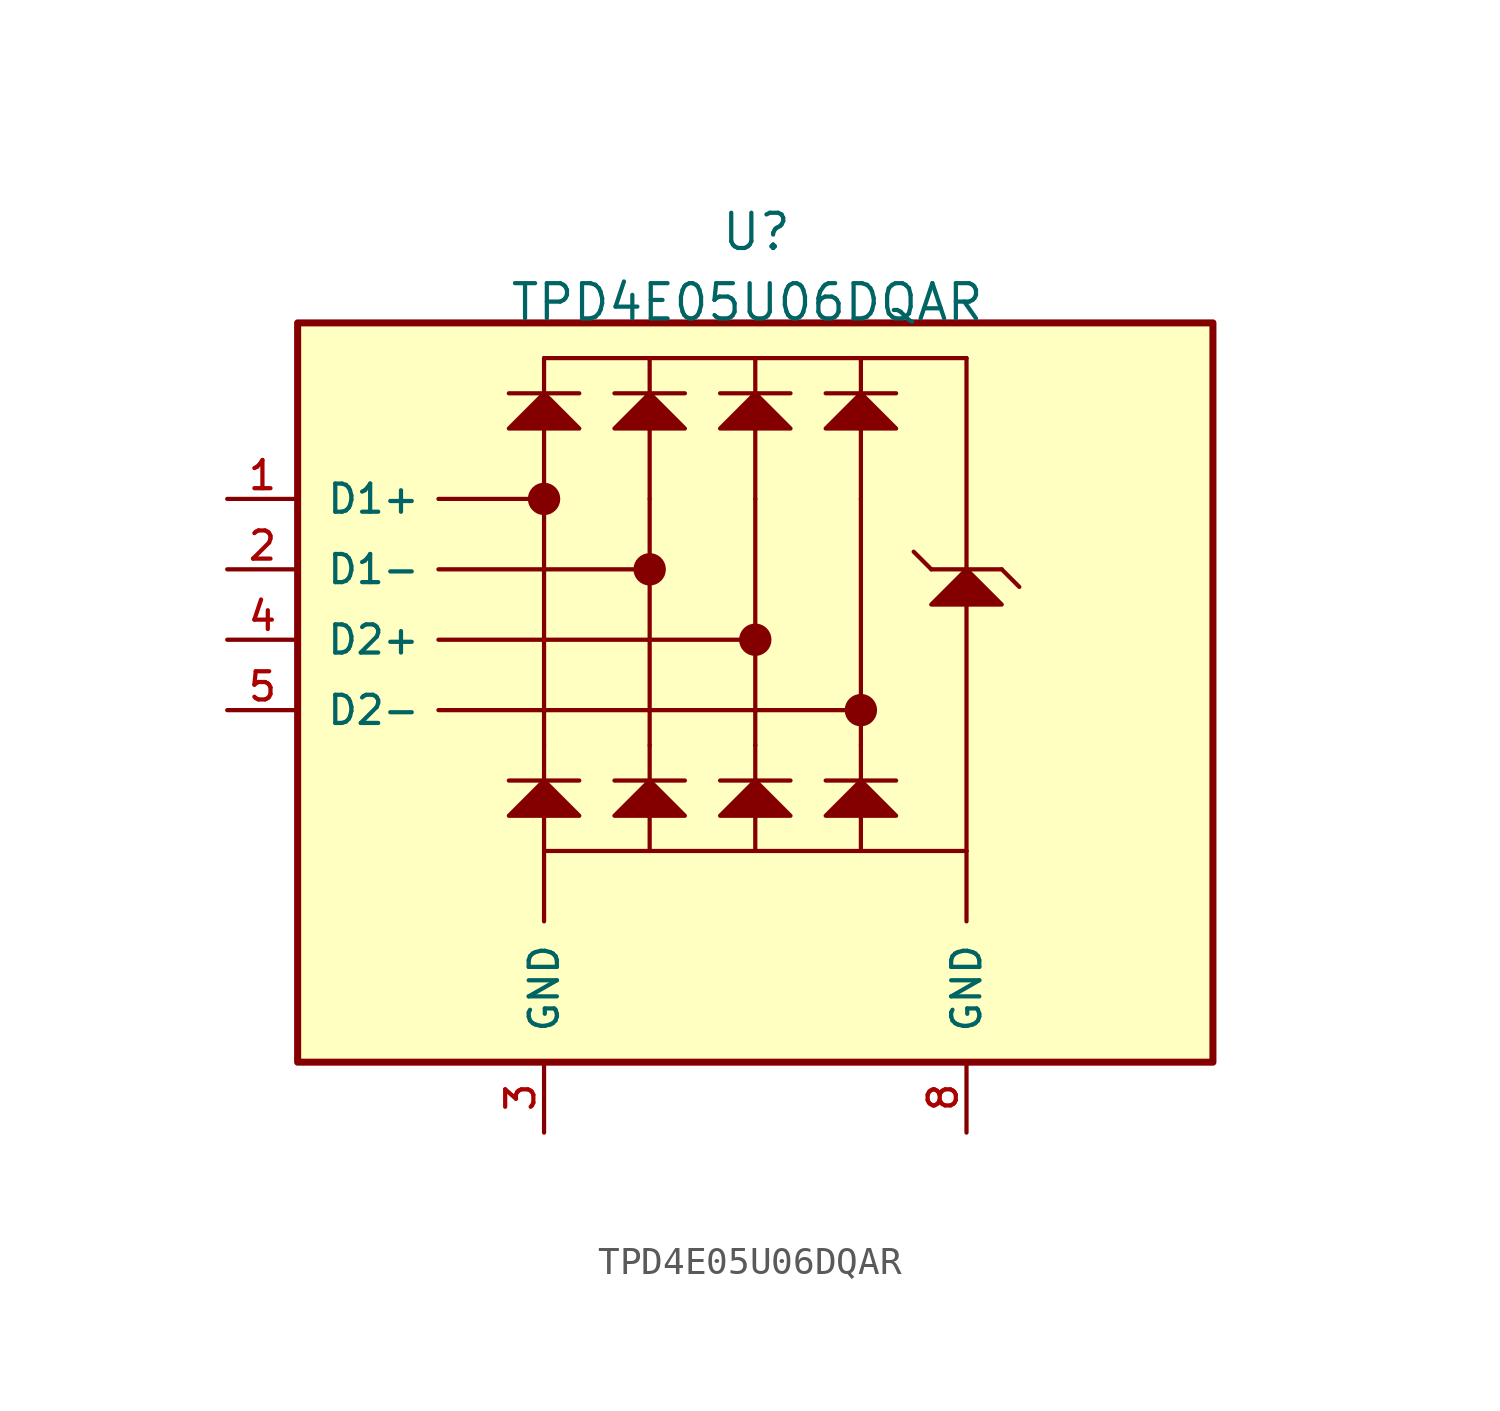
<source format=kicad_sym>
(kicad_symbol_lib
  (version 20211014)
  (generator kicad_symbol_editor)
  (symbol "TPD4E05U06DQAR"
    (pin_names
      (offset 1.016))
    (property "Reference" "U"
      (at -1.27 12.7 0)
      (effects (font (size 1.27 1.27)) (justify left bottom)))
    (property "Value" "TPD4E05U06DQAR"
      (at -8.89 10.16 0)
      (effects (font (size 1.27 1.27)) (justify left bottom)))
    (property "ki_locked" ""
      (at 0 0 0)
      (effects (font (size 1.27 1.27))))
    (symbol "TPD4E05U06DQAR_0_0"
      (rectangle (start -16.51 10.16) (end 16.51 -16.51) (stroke (width 0.254) (type default) (color 0 0 0 0)) (fill (type background)))
      (pin bidirectional line (at -19.05 3.81 0) (length 2.54) (name "D1+" (effects (font (size 1.016 1.016)))) (number "1" (effects (font (size 1.016 1.016)))))
      (pin no_connect line (at 19.05 1.27 180) (length 2.54) hide (name "NC" (effects (font (size 1.016 1.016)))) (number "10" (effects (font (size 1.016 1.016)))))
      (pin bidirectional line (at -19.05 1.27 0) (length 2.54) (name "D1-" (effects (font (size 1.016 1.016)))) (number "2" (effects (font (size 1.016 1.016)))))
      (pin power_in line (at -7.62 -19.05 90) (length 2.54) (name "GND" (effects (font (size 1.016 1.016)))) (number "3" (effects (font (size 1.016 1.016)))))
      (pin bidirectional line (at -19.05 -1.27 0) (length 2.54) (name "D2+" (effects (font (size 1.016 1.016)))) (number "4" (effects (font (size 1.016 1.016)))))
      (pin bidirectional line (at -19.05 -3.81 0) (length 2.54) (name "D2-" (effects (font (size 1.016 1.016)))) (number "5" (effects (font (size 1.016 1.016)))))
      (pin no_connect line (at 19.05 8.89 180) (length 2.54) hide (name "NC" (effects (font (size 1.016 1.016)))) (number "6" (effects (font (size 1.016 1.016)))))
      (pin no_connect line (at 19.05 6.35 180) (length 2.54) hide (name "NC" (effects (font (size 1.016 1.016)))) (number "7" (effects (font (size 1.016 1.016)))))
      (pin power_in line (at 7.62 -19.05 90) (length 2.54) (name "GND" (effects (font (size 1.016 1.016)))) (number "8" (effects (font (size 1.016 1.016)))))
      (pin no_connect line (at 19.05 3.81 180) (length 2.54) hide (name "NC" (effects (font (size 1.016 1.016)))) (number "9" (effects (font (size 1.016 1.016))))))
    (symbol "TPD4E05U06DQAR_0_1"
      (circle (center -7.62 3.81) (radius 0.508) (stroke (width 0) (type default) (color 0 0 0 0)) (fill (type outline)))
      (circle (center -3.81 1.27) (radius 0.508) (stroke (width 0) (type default) (color 0 0 0 0)) (fill (type outline)))
      (circle (center 0 -1.27) (radius 0.508) (stroke (width 0) (type default) (color 0 0 0 0)) (fill (type outline)))
      (polyline (pts (xy -8.89 -6.35) (xy -6.35 -6.35)) (stroke (width 0) (type default) (color 0 0 0 0)) (fill (type none)))
      (polyline (pts (xy -8.89 7.62) (xy -6.35 7.62)) (stroke (width 0) (type default) (color 0 0 0 0)) (fill (type none)))
      (polyline (pts (xy -7.62 -8.89) (xy -7.62 -11.43)) (stroke (width 0) (type default) (color 0 0 0 0)) (fill (type none)))
      (polyline (pts (xy -7.62 -8.89) (xy -7.62 -5.08)) (stroke (width 0) (type default) (color 0 0 0 0)) (fill (type none)))
      (polyline (pts (xy -7.62 -8.89) (xy 7.62 -8.89)) (stroke (width 0) (type default) (color 0 0 0 0)) (fill (type none)))
      (polyline (pts (xy -7.62 3.81) (xy -11.43 3.81)) (stroke (width 0) (type default) (color 0 0 0 0)) (fill (type none)))
      (polyline (pts (xy -7.62 3.81) (xy -7.62 -5.08)) (stroke (width 0) (type default) (color 0 0 0 0)) (fill (type none)))
      (polyline (pts (xy -7.62 3.81) (xy -7.62 8.89)) (stroke (width 0) (type default) (color 0 0 0 0)) (fill (type none)))
      (polyline (pts (xy -7.62 8.89) (xy 7.62 8.89)) (stroke (width 0) (type default) (color 0 0 0 0)) (fill (type none)))
      (polyline (pts (xy -5.08 -6.35) (xy -2.54 -6.35)) (stroke (width 0) (type default) (color 0 0 0 0)) (fill (type none)))
      (polyline (pts (xy -5.08 7.62) (xy -2.54 7.62)) (stroke (width 0) (type default) (color 0 0 0 0)) (fill (type none)))
      (polyline (pts (xy -3.81 -8.89) (xy -3.81 -5.08)) (stroke (width 0) (type default) (color 0 0 0 0)) (fill (type none)))
      (polyline (pts (xy -3.81 1.27) (xy -11.43 1.27)) (stroke (width 0) (type default) (color 0 0 0 0)) (fill (type none)))
      (polyline (pts (xy -3.81 3.81) (xy -3.81 -5.08)) (stroke (width 0) (type default) (color 0 0 0 0)) (fill (type none)))
      (polyline (pts (xy -3.81 3.81) (xy -3.81 8.89)) (stroke (width 0) (type default) (color 0 0 0 0)) (fill (type none)))
      (polyline (pts (xy -1.27 -6.35) (xy 1.27 -6.35)) (stroke (width 0) (type default) (color 0 0 0 0)) (fill (type none)))
      (polyline (pts (xy -1.27 7.62) (xy 1.27 7.62)) (stroke (width 0) (type default) (color 0 0 0 0)) (fill (type none)))
      (polyline (pts (xy 0 -8.89) (xy 0 -5.08)) (stroke (width 0) (type default) (color 0 0 0 0)) (fill (type none)))
      (polyline (pts (xy 0 -1.27) (xy -11.43 -1.27)) (stroke (width 0) (type default) (color 0 0 0 0)) (fill (type none)))
      (polyline (pts (xy 0 3.81) (xy 0 -5.08)) (stroke (width 0) (type default) (color 0 0 0 0)) (fill (type none)))
      (polyline (pts (xy 0 3.81) (xy 0 8.89)) (stroke (width 0) (type default) (color 0 0 0 0)) (fill (type none)))
      (polyline (pts (xy 2.54 -6.35) (xy 5.08 -6.35)) (stroke (width 0) (type default) (color 0 0 0 0)) (fill (type none)))
      (polyline (pts (xy 2.54 7.62) (xy 5.08 7.62)) (stroke (width 0) (type default) (color 0 0 0 0)) (fill (type none)))
      (polyline (pts (xy 3.81 -8.89) (xy 3.81 -5.08)) (stroke (width 0) (type default) (color 0 0 0 0)) (fill (type none)))
      (polyline (pts (xy 3.81 -3.81) (xy -11.43 -3.81)) (stroke (width 0) (type default) (color 0 0 0 0)) (fill (type none)))
      (polyline (pts (xy 3.81 3.81) (xy 3.81 -5.08)) (stroke (width 0) (type default) (color 0 0 0 0)) (fill (type none)))
      (polyline (pts (xy 3.81 3.81) (xy 3.81 8.89)) (stroke (width 0) (type default) (color 0 0 0 0)) (fill (type none)))
      (polyline (pts (xy 6.35 1.27) (xy 5.715 1.905)) (stroke (width 0) (type default) (color 0 0 0 0)) (fill (type none)))
      (polyline (pts (xy 6.35 1.27) (xy 8.89 1.27)) (stroke (width 0) (type default) (color 0 0 0 0)) (fill (type none)))
      (polyline (pts (xy 7.62 -8.89) (xy 7.62 -11.43)) (stroke (width 0) (type default) (color 0 0 0 0)) (fill (type none)))
      (polyline (pts (xy 7.62 -8.89) (xy 7.62 8.89)) (stroke (width 0) (type default) (color 0 0 0 0)) (fill (type none)))
      (polyline (pts (xy 8.89 1.27) (xy 9.525 0.635)) (stroke (width 0) (type default) (color 0 0 0 0)) (fill (type none)))
      (polyline (pts (xy -7.62 -6.35) (xy -8.89 -7.62) (xy -6.35 -7.62) (xy -7.62 -6.35)) (stroke (width 0) (type default) (color 0 0 0 0)) (fill (type outline)))
      (polyline (pts (xy -7.62 7.62) (xy -8.89 6.35) (xy -6.35 6.35) (xy -7.62 7.62)) (stroke (width 0) (type default) (color 0 0 0 0)) (fill (type outline)))
      (polyline (pts (xy -3.81 -6.35) (xy -5.08 -7.62) (xy -2.54 -7.62) (xy -3.81 -6.35)) (stroke (width 0) (type default) (color 0 0 0 0)) (fill (type outline)))
      (polyline (pts (xy -3.81 7.62) (xy -5.08 6.35) (xy -2.54 6.35) (xy -3.81 7.62)) (stroke (width 0) (type default) (color 0 0 0 0)) (fill (type outline)))
      (polyline (pts (xy 0 -6.35) (xy -1.27 -7.62) (xy 1.27 -7.62) (xy 0 -6.35)) (stroke (width 0) (type default) (color 0 0 0 0)) (fill (type outline)))
      (polyline (pts (xy 0 7.62) (xy -1.27 6.35) (xy 1.27 6.35) (xy 0 7.62)) (stroke (width 0) (type default) (color 0 0 0 0)) (fill (type outline)))
      (polyline (pts (xy 3.81 -6.35) (xy 2.54 -7.62) (xy 5.08 -7.62) (xy 3.81 -6.35)) (stroke (width 0) (type default) (color 0 0 0 0)) (fill (type outline)))
      (polyline (pts (xy 3.81 7.62) (xy 2.54 6.35) (xy 5.08 6.35) (xy 3.81 7.62)) (stroke (width 0) (type default) (color 0 0 0 0)) (fill (type outline)))
      (polyline (pts (xy 7.62 1.27) (xy 6.35 0) (xy 8.89 0) (xy 7.62 1.27)) (stroke (width 0) (type default) (color 0 0 0 0)) (fill (type outline)))
      (circle (center 3.81 -3.81) (radius 0.508) (stroke (width 0) (type default) (color 0 0 0 0)) (fill (type outline))))))
</source>
